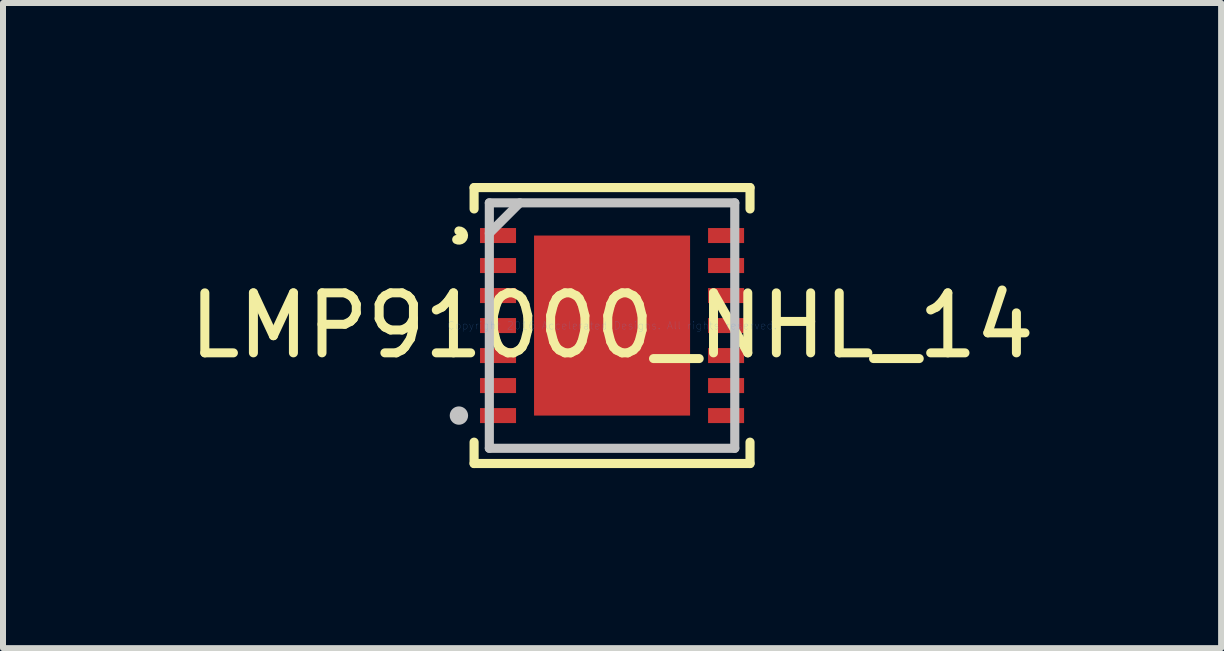
<source format=kicad_pcb>
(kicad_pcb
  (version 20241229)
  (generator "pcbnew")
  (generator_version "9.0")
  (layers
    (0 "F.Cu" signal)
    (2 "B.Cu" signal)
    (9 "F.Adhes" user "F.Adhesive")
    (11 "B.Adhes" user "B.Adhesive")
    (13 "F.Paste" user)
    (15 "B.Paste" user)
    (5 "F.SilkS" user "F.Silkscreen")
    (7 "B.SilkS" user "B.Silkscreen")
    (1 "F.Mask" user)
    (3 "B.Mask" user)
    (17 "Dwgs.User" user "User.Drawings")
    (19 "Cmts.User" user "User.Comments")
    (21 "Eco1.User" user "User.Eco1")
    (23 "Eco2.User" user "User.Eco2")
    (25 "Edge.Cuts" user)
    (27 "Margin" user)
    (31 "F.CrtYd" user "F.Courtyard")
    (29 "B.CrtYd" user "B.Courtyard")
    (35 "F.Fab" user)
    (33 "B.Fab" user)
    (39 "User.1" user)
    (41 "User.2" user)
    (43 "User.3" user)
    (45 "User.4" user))
  (footprint "LMP91000_NHL_14"
    (layer "F.Cu")
    (at 7.149 2.375)
    (property "Reference" "LMP91000_NHL_14" (at 0 0 0) (layer "F.SilkS") (effects (font (size 1 1) (thickness 0.15))))
    (attr through_hole)
    (fp_line (start -2.299 -2.299) (end -2.299 -1.943) (stroke (width 0.152) (type solid)) (layer "F.SilkS"))
    (fp_line (start -2.299 1.943) (end -2.299 2.299) (stroke (width 0.152) (type solid)) (layer "F.SilkS"))
    (fp_line (start -2.299 2.299) (end 2.299 2.299) (stroke (width 0.152) (type solid)) (layer "F.SilkS"))
    (fp_line (start 2.299 -2.299) (end -2.299 -2.299) (stroke (width 0.152) (type solid)) (layer "F.SilkS"))
    (fp_line (start 2.299 -1.943) (end 2.299 -2.299) (stroke (width 0.152) (type solid)) (layer "F.SilkS"))
    (fp_line (start 2.299 2.299) (end 2.299 1.943) (stroke (width 0.152) (type solid)) (layer "F.SilkS"))
    (fp_arc (start -2.5516 -1.5762) (mid -2.477771 -1.481139) (end -2.588149 -1.433137) (stroke (width 0.1524) (type solid)) (layer "F.SilkS"))
    (fp_line (start -2.045 -2.045) (end -2.045 2.045) (stroke (width 0.152) (type solid)) (layer "Dwgs.User"))
    (fp_line (start -2.045 2.045) (end 2.045 2.045) (stroke (width 0.152) (type solid)) (layer "Dwgs.User"))
    (fp_line (start -1.537 -2.045) (end -2.045 -1.537) (stroke (width 0.152) (type solid)) (layer "Dwgs.User"))
    (fp_line (start 2.045 -2.045) (end -2.045 -2.045) (stroke (width 0.152) (type solid)) (layer "Dwgs.User"))
    (fp_line (start 2.045 2.045) (end 2.045 -2.045) (stroke (width 0.152) (type solid)) (layer "Dwgs.User"))
    (fp_circle (center -2.552 1.5) (end -2.475 1.5) (stroke (width 0.152) (type solid)) (fill no) (layer "Dwgs.User"))
    (fp_text user "Copyright 2016 Accelerated Designs. All rights reserved." (at 0 0 0) (layer "Cmts.User") (effects (font (size 0.127 0.127) (thickness 0.002))))
    (pad "" smd circle (at -1.9 -1.5) (size 0.025 0.025) (layers "F.Paste"))
    (pad "" smd circle (at -1.9 -1) (size 0.025 0.025) (layers "F.Paste"))
    (pad "" smd circle (at -1.9 -0.5) (size 0.025 0.025) (layers "F.Paste"))
    (pad "" smd circle (at -1.9 0) (size 0.025 0.025) (layers "F.Paste"))
    (pad "" smd circle (at -1.9 0.5) (size 0.025 0.025) (layers "F.Paste"))
    (pad "" smd circle (at -1.9 1) (size 0.025 0.025) (layers "F.Paste"))
    (pad "" smd circle (at -1.9 1.5) (size 0.025 0.025) (layers "F.Paste"))
    (pad "" smd circle (at 0 0) (size 0.025 0.025) (layers "F.Paste"))
    (pad "" smd circle (at 1.9 -1.5) (size 0.025 0.025) (layers "F.Paste"))
    (pad "" smd circle (at 1.9 -1) (size 0.025 0.025) (layers "F.Paste"))
    (pad "" smd circle (at 1.9 -0.5) (size 0.025 0.025) (layers "F.Paste"))
    (pad "" smd circle (at 1.9 0) (size 0.025 0.025) (layers "F.Paste"))
    (pad "" smd circle (at 1.9 0.5) (size 0.025 0.025) (layers "F.Paste"))
    (pad "" smd circle (at 1.9 1) (size 0.025 0.025) (layers "F.Paste"))
    (pad "" smd circle (at 1.9 1.5) (size 0.025 0.025) (layers "F.Paste"))
    (pad "1" smd rect (at -1.9 -1.5) (size 0.6 0.25) (layers "F.Cu"))
    (pad "2" smd rect (at -1.9 -1) (size 0.6 0.25) (layers "F.Cu"))
    (pad "3" smd rect (at -1.9 -0.5) (size 0.6 0.25) (layers "F.Cu"))
    (pad "4" smd rect (at -1.9 0) (size 0.6 0.25) (layers "F.Cu"))
    (pad "5" smd rect (at -1.9 0.5) (size 0.6 0.25) (layers "F.Cu"))
    (pad "6" smd rect (at -1.9 1) (size 0.6 0.25) (layers "F.Cu"))
    (pad "7" smd rect (at -1.9 1.5) (size 0.6 0.25) (layers "F.Cu"))
    (pad "8" smd rect (at 1.9 1.5) (size 0.6 0.25) (layers "F.Cu"))
    (pad "9" smd rect (at 1.9 1) (size 0.6 0.25) (layers "F.Cu"))
    (pad "10" smd rect (at 1.9 0.5) (size 0.6 0.25) (layers "F.Cu"))
    (pad "11" smd rect (at 1.9 0) (size 0.6 0.25) (layers "F.Cu"))
    (pad "12" smd rect (at 1.9 -0.5) (size 0.6 0.25) (layers "F.Cu"))
    (pad "13" smd rect (at 1.9 -1) (size 0.6 0.25) (layers "F.Cu"))
    (pad "14" smd rect (at 1.9 -1.5) (size 0.6 0.25) (layers "F.Cu"))
    (pad "15" smd rect (at 0 0) (size 2.6 3) (layers "F.Cu")))
  (gr_rect
    (start -3 -3)
    (end 17.298 7.75)
    (stroke (width 0.1) (type default))
    (fill no)
    (layer "Edge.Cuts")))
</source>
